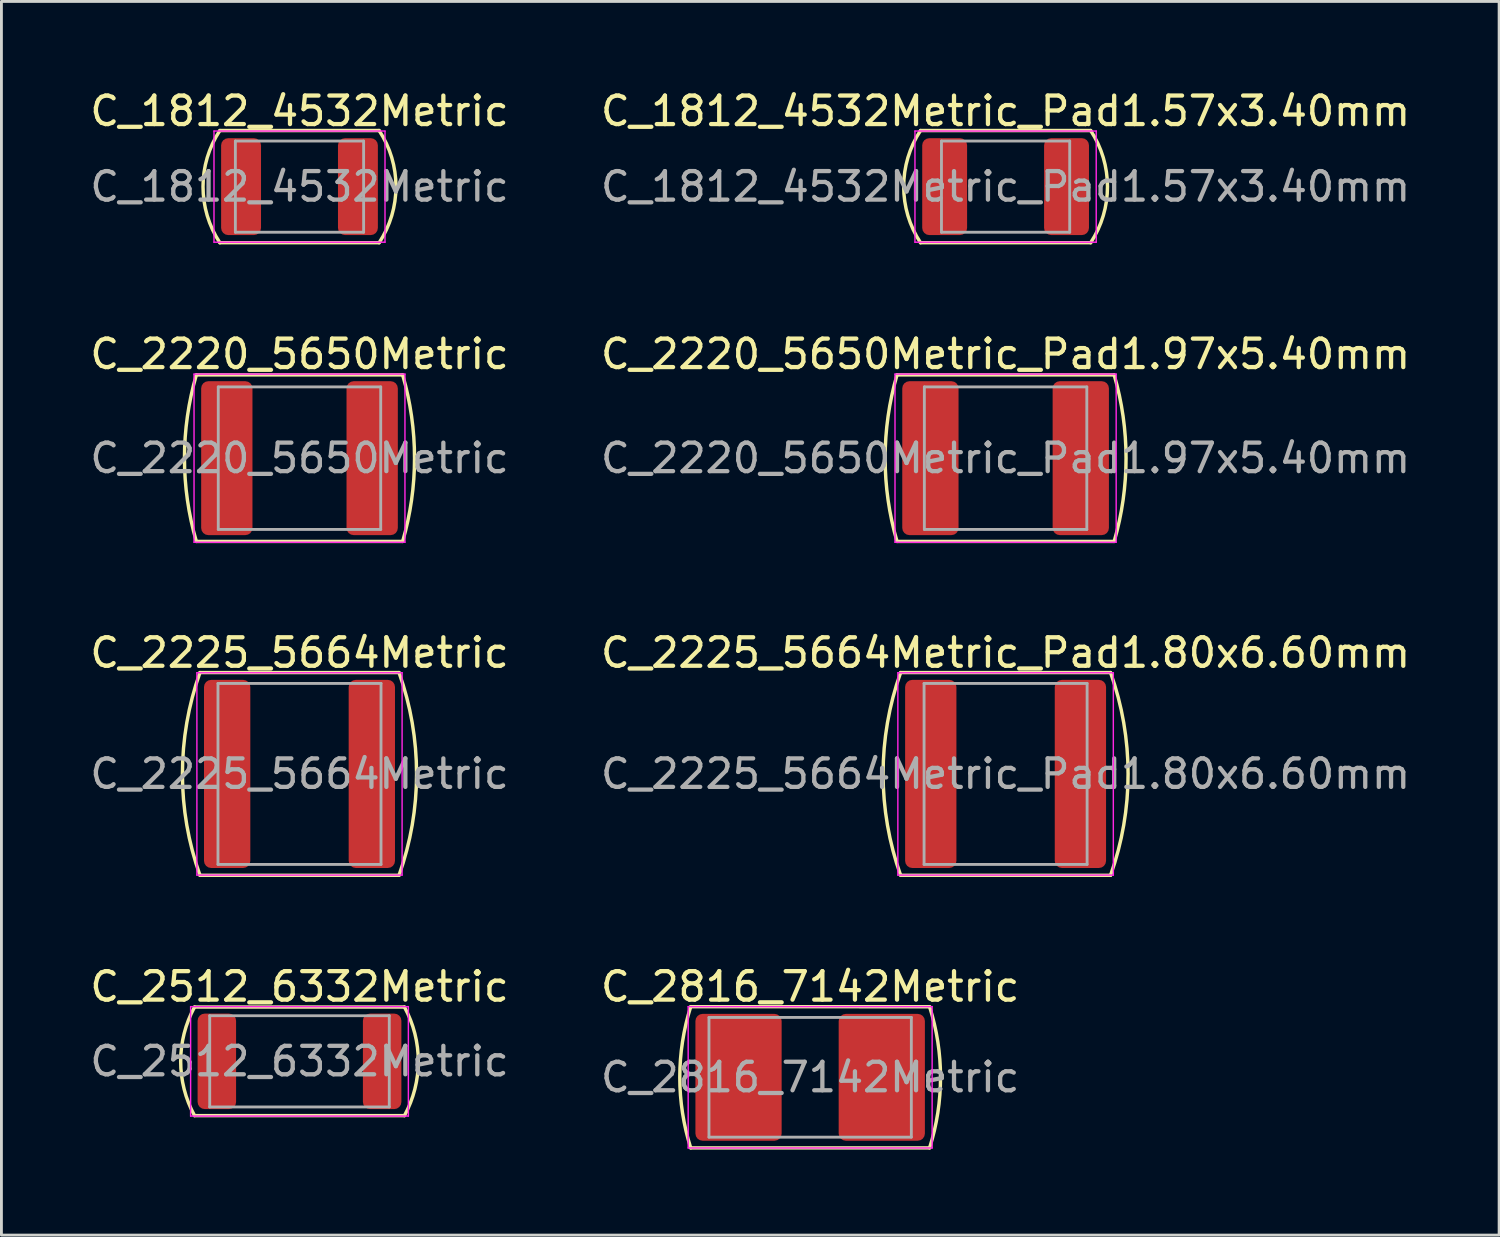
<source format=kicad_pcb>
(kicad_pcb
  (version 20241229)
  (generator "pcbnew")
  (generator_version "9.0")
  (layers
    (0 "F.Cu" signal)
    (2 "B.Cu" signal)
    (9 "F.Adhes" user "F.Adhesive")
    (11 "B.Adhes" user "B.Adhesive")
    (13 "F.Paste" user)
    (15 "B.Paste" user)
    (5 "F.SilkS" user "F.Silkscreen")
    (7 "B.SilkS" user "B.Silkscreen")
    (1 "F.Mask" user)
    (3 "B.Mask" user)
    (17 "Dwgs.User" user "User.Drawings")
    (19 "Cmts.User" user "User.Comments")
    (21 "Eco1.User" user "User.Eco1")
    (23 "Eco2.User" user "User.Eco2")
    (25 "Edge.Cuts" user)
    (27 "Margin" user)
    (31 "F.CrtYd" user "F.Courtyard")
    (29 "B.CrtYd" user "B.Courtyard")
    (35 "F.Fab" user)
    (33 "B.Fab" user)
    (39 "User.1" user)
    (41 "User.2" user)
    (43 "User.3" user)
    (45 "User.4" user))
  (footprint "C_1812_4532Metric"
    (layer "F.Cu")
    (at 7.458 3.498)
    (property "Reference" "C_1812_4532Metric" (at 0 -2.65 0) (layer "F.SilkS") (effects (font (size 1 1) (thickness 0.15))))
    (attr smd)
    (fp_line (start -2.794 1.968) (end 2.794 1.968) (stroke (width 0.12) (type solid)) (layer "F.SilkS"))
    (fp_line (start 2.794 -1.968) (end -2.794 -1.968) (stroke (width 0.12) (type solid)) (layer "F.SilkS"))
    (fp_arc (start -2.794001 1.968499) (mid -3.384725 -0.000001) (end -2.794 -1.9685) (stroke (width 0.12) (type solid)) (layer "F.SilkS"))
    (fp_arc (start 2.794001 -1.968499) (mid 3.384725 0.000001) (end 2.794 1.9685) (stroke (width 0.12) (type solid)) (layer "F.SilkS"))
    (fp_line (start -3 -1.95) (end 3 -1.95) (stroke (width 0.05) (type solid)) (layer "F.CrtYd"))
    (fp_line (start -3 1.95) (end -3 -1.95) (stroke (width 0.05) (type solid)) (layer "F.CrtYd"))
    (fp_line (start 3 -1.95) (end 3 1.95) (stroke (width 0.05) (type solid)) (layer "F.CrtYd"))
    (fp_line (start 3 1.95) (end -3 1.95) (stroke (width 0.05) (type solid)) (layer "F.CrtYd"))
    (fp_line (start -2.25 -1.6) (end 2.25 -1.6) (stroke (width 0.1) (type solid)) (layer "F.Fab"))
    (fp_line (start -2.25 1.6) (end -2.25 -1.6) (stroke (width 0.1) (type solid)) (layer "F.Fab"))
    (fp_line (start 2.25 -1.6) (end 2.25 1.6) (stroke (width 0.1) (type solid)) (layer "F.Fab"))
    (fp_line (start 2.25 1.6) (end -2.25 1.6) (stroke (width 0.1) (type solid)) (layer "F.Fab"))
    (fp_text user "${REFERENCE}" (at 0 0 0) (layer "F.Fab") (effects (font (size 1 1) (thickness 0.15))))
    (pad "1" smd roundrect (at -2.05 0) (size 1.4 3.4) (layers "F.Cu" "F.Mask" "F.Paste") (roundrect_rratio 0.179))
    (pad "2" smd roundrect (at 2.05 0) (size 1.4 3.4) (layers "F.Cu" "F.Mask" "F.Paste") (roundrect_rratio 0.179)))
  (footprint "C_2220_5650Metric_Pad1.97x5.40mm"
    (layer "F.Cu")
    (at 32.232 13.025)
    (property "Reference" "C_2220_5650Metric_Pad1.97x5.40mm" (at 0 -3.65 0) (layer "F.SilkS") (effects (font (size 1 1) (thickness 0.15))))
    (attr smd)
    (fp_line (start -3.81 2.921) (end 3.81 2.921) (stroke (width 0.12) (type solid)) (layer "F.SilkS"))
    (fp_line (start 3.81 -2.921) (end -3.81 -2.921) (stroke (width 0.12) (type solid)) (layer "F.SilkS"))
    (fp_arc (start -3.81 2.921) (mid -4.226561 0) (end -3.81 -2.921) (stroke (width 0.12) (type solid)) (layer "F.SilkS"))
    (fp_arc (start 3.81 -2.921) (mid 4.226561 0) (end 3.81 2.921) (stroke (width 0.12) (type solid)) (layer "F.SilkS"))
    (fp_line (start -3.88 -2.95) (end 3.88 -2.95) (stroke (width 0.05) (type solid)) (layer "F.CrtYd"))
    (fp_line (start -3.88 2.95) (end -3.88 -2.95) (stroke (width 0.05) (type solid)) (layer "F.CrtYd"))
    (fp_line (start 3.88 -2.95) (end 3.88 2.95) (stroke (width 0.05) (type solid)) (layer "F.CrtYd"))
    (fp_line (start 3.88 2.95) (end -3.88 2.95) (stroke (width 0.05) (type solid)) (layer "F.CrtYd"))
    (fp_line (start -2.85 -2.5) (end 2.85 -2.5) (stroke (width 0.1) (type solid)) (layer "F.Fab"))
    (fp_line (start -2.85 2.5) (end -2.85 -2.5) (stroke (width 0.1) (type solid)) (layer "F.Fab"))
    (fp_line (start 2.85 -2.5) (end 2.85 2.5) (stroke (width 0.1) (type solid)) (layer "F.Fab"))
    (fp_line (start 2.85 2.5) (end -2.85 2.5) (stroke (width 0.1) (type solid)) (layer "F.Fab"))
    (fp_text user "${REFERENCE}" (at 0 0 0) (layer "F.Fab") (effects (font (size 1 1) (thickness 0.15))))
    (pad "1" smd roundrect (at -2.638 0) (size 1.975 5.4) (layers "F.Cu" "F.Mask" "F.Paste") (roundrect_rratio 0.127))
    (pad "2" smd roundrect (at 2.638 0) (size 1.975 5.4) (layers "F.Cu" "F.Mask" "F.Paste") (roundrect_rratio 0.127)))
  (footprint "C_1812_4532Metric_Pad1.57x3.40mm"
    (layer "F.Cu")
    (at 32.232 3.498)
    (property "Reference" "C_1812_4532Metric_Pad1.57x3.40mm" (at 0 -2.65 0) (layer "F.SilkS") (effects (font (size 1 1) (thickness 0.15))))
    (attr smd)
    (fp_line (start -2.985 1.968) (end 2.985 1.968) (stroke (width 0.12) (type solid)) (layer "F.SilkS"))
    (fp_line (start 2.985 -1.968) (end -2.985 -1.968) (stroke (width 0.12) (type solid)) (layer "F.SilkS"))
    (fp_arc (start -2.984501 1.968499) (mid -3.575225 -0.000001) (end -2.9845 -1.9685) (stroke (width 0.12) (type solid)) (layer "F.SilkS"))
    (fp_arc (start 2.984501 -1.968499) (mid 3.575225 0.000001) (end 2.9845 1.9685) (stroke (width 0.12) (type solid)) (layer "F.SilkS"))
    (fp_line (start -3.18 -1.95) (end 3.18 -1.95) (stroke (width 0.05) (type solid)) (layer "F.CrtYd"))
    (fp_line (start -3.18 1.95) (end -3.18 -1.95) (stroke (width 0.05) (type solid)) (layer "F.CrtYd"))
    (fp_line (start 3.18 -1.95) (end 3.18 1.95) (stroke (width 0.05) (type solid)) (layer "F.CrtYd"))
    (fp_line (start 3.18 1.95) (end -3.18 1.95) (stroke (width 0.05) (type solid)) (layer "F.CrtYd"))
    (fp_line (start -2.25 -1.6) (end 2.25 -1.6) (stroke (width 0.1) (type solid)) (layer "F.Fab"))
    (fp_line (start -2.25 1.6) (end -2.25 -1.6) (stroke (width 0.1) (type solid)) (layer "F.Fab"))
    (fp_line (start 2.25 -1.6) (end 2.25 1.6) (stroke (width 0.1) (type solid)) (layer "F.Fab"))
    (fp_line (start 2.25 1.6) (end -2.25 1.6) (stroke (width 0.1) (type solid)) (layer "F.Fab"))
    (fp_text user "${REFERENCE}" (at 0 0 0) (layer "F.Fab") (effects (font (size 1 1) (thickness 0.15))))
    (pad "1" smd roundrect (at -2.138 0) (size 1.575 3.4) (layers "F.Cu" "F.Mask" "F.Paste") (roundrect_rratio 0.159))
    (pad "2" smd roundrect (at 2.138 0) (size 1.575 3.4) (layers "F.Cu" "F.Mask" "F.Paste") (roundrect_rratio 0.159)))
  (footprint "C_2225_5664Metric"
    (layer "F.Cu")
    (at 7.458 24.104)
    (property "Reference" "C_2225_5664Metric" (at 0 -4.25 0) (layer "F.SilkS") (effects (font (size 1 1) (thickness 0.15))))
    (attr smd)
    (fp_line (start -3.493 3.556) (end 3.493 3.556) (stroke (width 0.12) (type solid)) (layer "F.SilkS"))
    (fp_line (start 3.493 -3.556) (end -3.493 -3.556) (stroke (width 0.12) (type solid)) (layer "F.SilkS"))
    (fp_arc (start -3.4925 3.556) (mid -4.107709 0) (end -3.4925 -3.556) (stroke (width 0.12) (type solid)) (layer "F.SilkS"))
    (fp_arc (start 3.4925 -3.556) (mid 4.107709 0) (end 3.4925 3.556) (stroke (width 0.12) (type solid)) (layer "F.SilkS"))
    (fp_line (start -3.6 -3.55) (end 3.6 -3.55) (stroke (width 0.05) (type solid)) (layer "F.CrtYd"))
    (fp_line (start -3.6 3.55) (end -3.6 -3.55) (stroke (width 0.05) (type solid)) (layer "F.CrtYd"))
    (fp_line (start 3.6 -3.55) (end 3.6 3.55) (stroke (width 0.05) (type solid)) (layer "F.CrtYd"))
    (fp_line (start 3.6 3.55) (end -3.6 3.55) (stroke (width 0.05) (type solid)) (layer "F.CrtYd"))
    (fp_line (start -2.86 -3.175) (end 2.86 -3.175) (stroke (width 0.1) (type solid)) (layer "F.Fab"))
    (fp_line (start -2.86 3.175) (end -2.86 -3.175) (stroke (width 0.1) (type solid)) (layer "F.Fab"))
    (fp_line (start 2.86 -3.175) (end 2.86 3.175) (stroke (width 0.1) (type solid)) (layer "F.Fab"))
    (fp_line (start 2.86 3.175) (end -2.86 3.175) (stroke (width 0.1) (type solid)) (layer "F.Fab"))
    (fp_text user "${REFERENCE}" (at 0 0 0) (layer "F.Fab") (effects (font (size 1 1) (thickness 0.15))))
    (pad "1" smd roundrect (at -2.538 0) (size 1.625 6.6) (layers "F.Cu" "F.Mask" "F.Paste") (roundrect_rratio 0.154))
    (pad "2" smd roundrect (at 2.538 0) (size 1.625 6.6) (layers "F.Cu" "F.Mask" "F.Paste") (roundrect_rratio 0.154)))
  (footprint "C_2816_7142Metric"
    (layer "F.Cu")
    (at 25.375 34.748)
    (property "Reference" "C_2816_7142Metric" (at 0 -3.18 0) (layer "F.SilkS") (effects (font (size 1 1) (thickness 0.15))))
    (attr smd)
    (fp_line (start -4.191 2.477) (end 4.191 2.477) (stroke (width 0.12) (type solid)) (layer "F.SilkS"))
    (fp_line (start 4.191 -2.476) (end -4.191 -2.477) (stroke (width 0.12) (type solid)) (layer "F.SilkS"))
    (fp_arc (start -4.191 2.476499) (mid -4.574215 0) (end -4.191 -2.4765) (stroke (width 0.12) (type solid)) (layer "F.SilkS"))
    (fp_arc (start 4.191 -2.476499) (mid 4.574215 0) (end 4.191 2.4765) (stroke (width 0.12) (type solid)) (layer "F.SilkS"))
    (fp_line (start -4.28 -2.48) (end 4.28 -2.48) (stroke (width 0.05) (type solid)) (layer "F.CrtYd"))
    (fp_line (start -4.28 2.48) (end -4.28 -2.48) (stroke (width 0.05) (type solid)) (layer "F.CrtYd"))
    (fp_line (start 4.28 -2.48) (end 4.28 2.48) (stroke (width 0.05) (type solid)) (layer "F.CrtYd"))
    (fp_line (start 4.28 2.48) (end -4.28 2.48) (stroke (width 0.05) (type solid)) (layer "F.CrtYd"))
    (fp_line (start -3.55 -2.1) (end 3.55 -2.1) (stroke (width 0.1) (type solid)) (layer "F.Fab"))
    (fp_line (start -3.55 2.1) (end -3.55 -2.1) (stroke (width 0.1) (type solid)) (layer "F.Fab"))
    (fp_line (start 3.55 -2.1) (end 3.55 2.1) (stroke (width 0.1) (type solid)) (layer "F.Fab"))
    (fp_line (start 3.55 2.1) (end -3.55 2.1) (stroke (width 0.1) (type solid)) (layer "F.Fab"))
    (fp_text user "${REFERENCE}" (at 0 0 0) (layer "F.Fab") (effects (font (size 1 1) (thickness 0.15))))
    (pad "1" smd roundrect (at -2.513 0) (size 3.025 4.45) (layers "F.Cu" "F.Mask" "F.Paste") (roundrect_rratio 0.083))
    (pad "2" smd roundrect (at 2.513 0) (size 3.025 4.45) (layers "F.Cu" "F.Mask" "F.Paste") (roundrect_rratio 0.083)))
  (footprint "C_2220_5650Metric"
    (layer "F.Cu")
    (at 7.458 13.025)
    (property "Reference" "C_2220_5650Metric" (at 0 -3.65 0) (layer "F.SilkS") (effects (font (size 1 1) (thickness 0.15))))
    (attr smd)
    (fp_line (start -3.619 2.921) (end 3.619 2.921) (stroke (width 0.12) (type solid)) (layer "F.SilkS"))
    (fp_line (start 3.619 -2.921) (end -3.619 -2.921) (stroke (width 0.12) (type solid)) (layer "F.SilkS"))
    (fp_arc (start -3.6195 2.921) (mid -4.036061 0) (end -3.6195 -2.921) (stroke (width 0.12) (type solid)) (layer "F.SilkS"))
    (fp_arc (start 3.6195 -2.921) (mid 4.036061 0) (end 3.6195 2.921) (stroke (width 0.12) (type solid)) (layer "F.SilkS"))
    (fp_line (start -3.7 -2.95) (end 3.7 -2.95) (stroke (width 0.05) (type solid)) (layer "F.CrtYd"))
    (fp_line (start -3.7 2.95) (end -3.7 -2.95) (stroke (width 0.05) (type solid)) (layer "F.CrtYd"))
    (fp_line (start 3.7 -2.95) (end 3.7 2.95) (stroke (width 0.05) (type solid)) (layer "F.CrtYd"))
    (fp_line (start 3.7 2.95) (end -3.7 2.95) (stroke (width 0.05) (type solid)) (layer "F.CrtYd"))
    (fp_line (start -2.85 -2.5) (end 2.85 -2.5) (stroke (width 0.1) (type solid)) (layer "F.Fab"))
    (fp_line (start -2.85 2.5) (end -2.85 -2.5) (stroke (width 0.1) (type solid)) (layer "F.Fab"))
    (fp_line (start 2.85 -2.5) (end 2.85 2.5) (stroke (width 0.1) (type solid)) (layer "F.Fab"))
    (fp_line (start 2.85 2.5) (end -2.85 2.5) (stroke (width 0.1) (type solid)) (layer "F.Fab"))
    (fp_text user "${REFERENCE}" (at 0 0 0) (layer "F.Fab") (effects (font (size 1 1) (thickness 0.15))))
    (pad "1" smd roundrect (at -2.55 0) (size 1.8 5.4) (layers "F.Cu" "F.Mask" "F.Paste") (roundrect_rratio 0.139))
    (pad "2" smd roundrect (at 2.55 0) (size 1.8 5.4) (layers "F.Cu" "F.Mask" "F.Paste") (roundrect_rratio 0.139)))
  (footprint "C_2512_6332Metric"
    (layer "F.Cu")
    (at 7.458 34.188)
    (property "Reference" "C_2512_6332Metric" (at 0 -2.62 0) (layer "F.SilkS") (effects (font (size 1 1) (thickness 0.15))))
    (attr smd)
    (fp_line (start -3.683 1.905) (end 3.683 1.905) (stroke (width 0.12) (type solid)) (layer "F.SilkS"))
    (fp_line (start 3.683 -1.905) (end -3.683 -1.905) (stroke (width 0.12) (type solid)) (layer "F.SilkS"))
    (fp_arc (start -3.683 1.904999) (mid -4.168763 0) (end -3.683 -1.905) (stroke (width 0.12) (type solid)) (layer "F.SilkS"))
    (fp_arc (start 3.683 -1.904999) (mid 4.168763 0) (end 3.683 1.905) (stroke (width 0.12) (type solid)) (layer "F.SilkS"))
    (fp_line (start -3.82 -1.92) (end 3.82 -1.92) (stroke (width 0.05) (type solid)) (layer "F.CrtYd"))
    (fp_line (start -3.82 1.92) (end -3.82 -1.92) (stroke (width 0.05) (type solid)) (layer "F.CrtYd"))
    (fp_line (start 3.82 -1.92) (end 3.82 1.92) (stroke (width 0.05) (type solid)) (layer "F.CrtYd"))
    (fp_line (start 3.82 1.92) (end -3.82 1.92) (stroke (width 0.05) (type solid)) (layer "F.CrtYd"))
    (fp_line (start -3.15 -1.6) (end 3.15 -1.6) (stroke (width 0.1) (type solid)) (layer "F.Fab"))
    (fp_line (start -3.15 1.6) (end -3.15 -1.6) (stroke (width 0.1) (type solid)) (layer "F.Fab"))
    (fp_line (start 3.15 -1.6) (end 3.15 1.6) (stroke (width 0.1) (type solid)) (layer "F.Fab"))
    (fp_line (start 3.15 1.6) (end -3.15 1.6) (stroke (width 0.1) (type solid)) (layer "F.Fab"))
    (fp_text user "${REFERENCE}" (at 0 0 0) (layer "F.Fab") (effects (font (size 1 1) (thickness 0.15))))
    (pad "1" smd roundrect (at -2.9 0) (size 1.35 3.35) (layers "F.Cu" "F.Mask" "F.Paste") (roundrect_rratio 0.185))
    (pad "2" smd roundrect (at 2.9 0) (size 1.35 3.35) (layers "F.Cu" "F.Mask" "F.Paste") (roundrect_rratio 0.185)))
  (footprint "C_2225_5664Metric_Pad1.80x6.60mm"
    (layer "F.Cu")
    (at 32.232 24.104)
    (property "Reference" "C_2225_5664Metric_Pad1.80x6.60mm" (at 0 -4.25 0) (layer "F.SilkS") (effects (font (size 1 1) (thickness 0.15))))
    (attr smd)
    (fp_line (start -3.683 3.556) (end 3.683 3.556) (stroke (width 0.12) (type solid)) (layer "F.SilkS"))
    (fp_line (start 3.683 -3.556) (end -3.683 -3.556) (stroke (width 0.12) (type solid)) (layer "F.SilkS"))
    (fp_arc (start -3.683 3.556) (mid -4.298209 0) (end -3.683 -3.556) (stroke (width 0.12) (type solid)) (layer "F.SilkS"))
    (fp_arc (start 3.683 -3.556) (mid 4.298209 0) (end 3.683 3.556) (stroke (width 0.12) (type solid)) (layer "F.SilkS"))
    (fp_line (start -3.78 -3.55) (end 3.78 -3.55) (stroke (width 0.05) (type solid)) (layer "F.CrtYd"))
    (fp_line (start -3.78 3.55) (end -3.78 -3.55) (stroke (width 0.05) (type solid)) (layer "F.CrtYd"))
    (fp_line (start 3.78 -3.55) (end 3.78 3.55) (stroke (width 0.05) (type solid)) (layer "F.CrtYd"))
    (fp_line (start 3.78 3.55) (end -3.78 3.55) (stroke (width 0.05) (type solid)) (layer "F.CrtYd"))
    (fp_line (start -2.86 -3.175) (end 2.86 -3.175) (stroke (width 0.1) (type solid)) (layer "F.Fab"))
    (fp_line (start -2.86 3.175) (end -2.86 -3.175) (stroke (width 0.1) (type solid)) (layer "F.Fab"))
    (fp_line (start 2.86 -3.175) (end 2.86 3.175) (stroke (width 0.1) (type solid)) (layer "F.Fab"))
    (fp_line (start 2.86 3.175) (end -2.86 3.175) (stroke (width 0.1) (type solid)) (layer "F.Fab"))
    (fp_text user "${REFERENCE}" (at 0 0 0) (layer "F.Fab") (effects (font (size 1 1) (thickness 0.15))))
    (pad "1" smd roundrect (at -2.625 0) (size 1.8 6.6) (layers "F.Cu" "F.Mask" "F.Paste") (roundrect_rratio 0.139))
    (pad "2" smd roundrect (at 2.625 0) (size 1.8 6.6) (layers "F.Cu" "F.Mask" "F.Paste") (roundrect_rratio 0.139)))
  (gr_rect
    (start -3 -3)
    (end 49.548 40.285)
    (stroke (width 0.1) (type default))
    (fill no)
    (layer "Edge.Cuts")))
</source>
